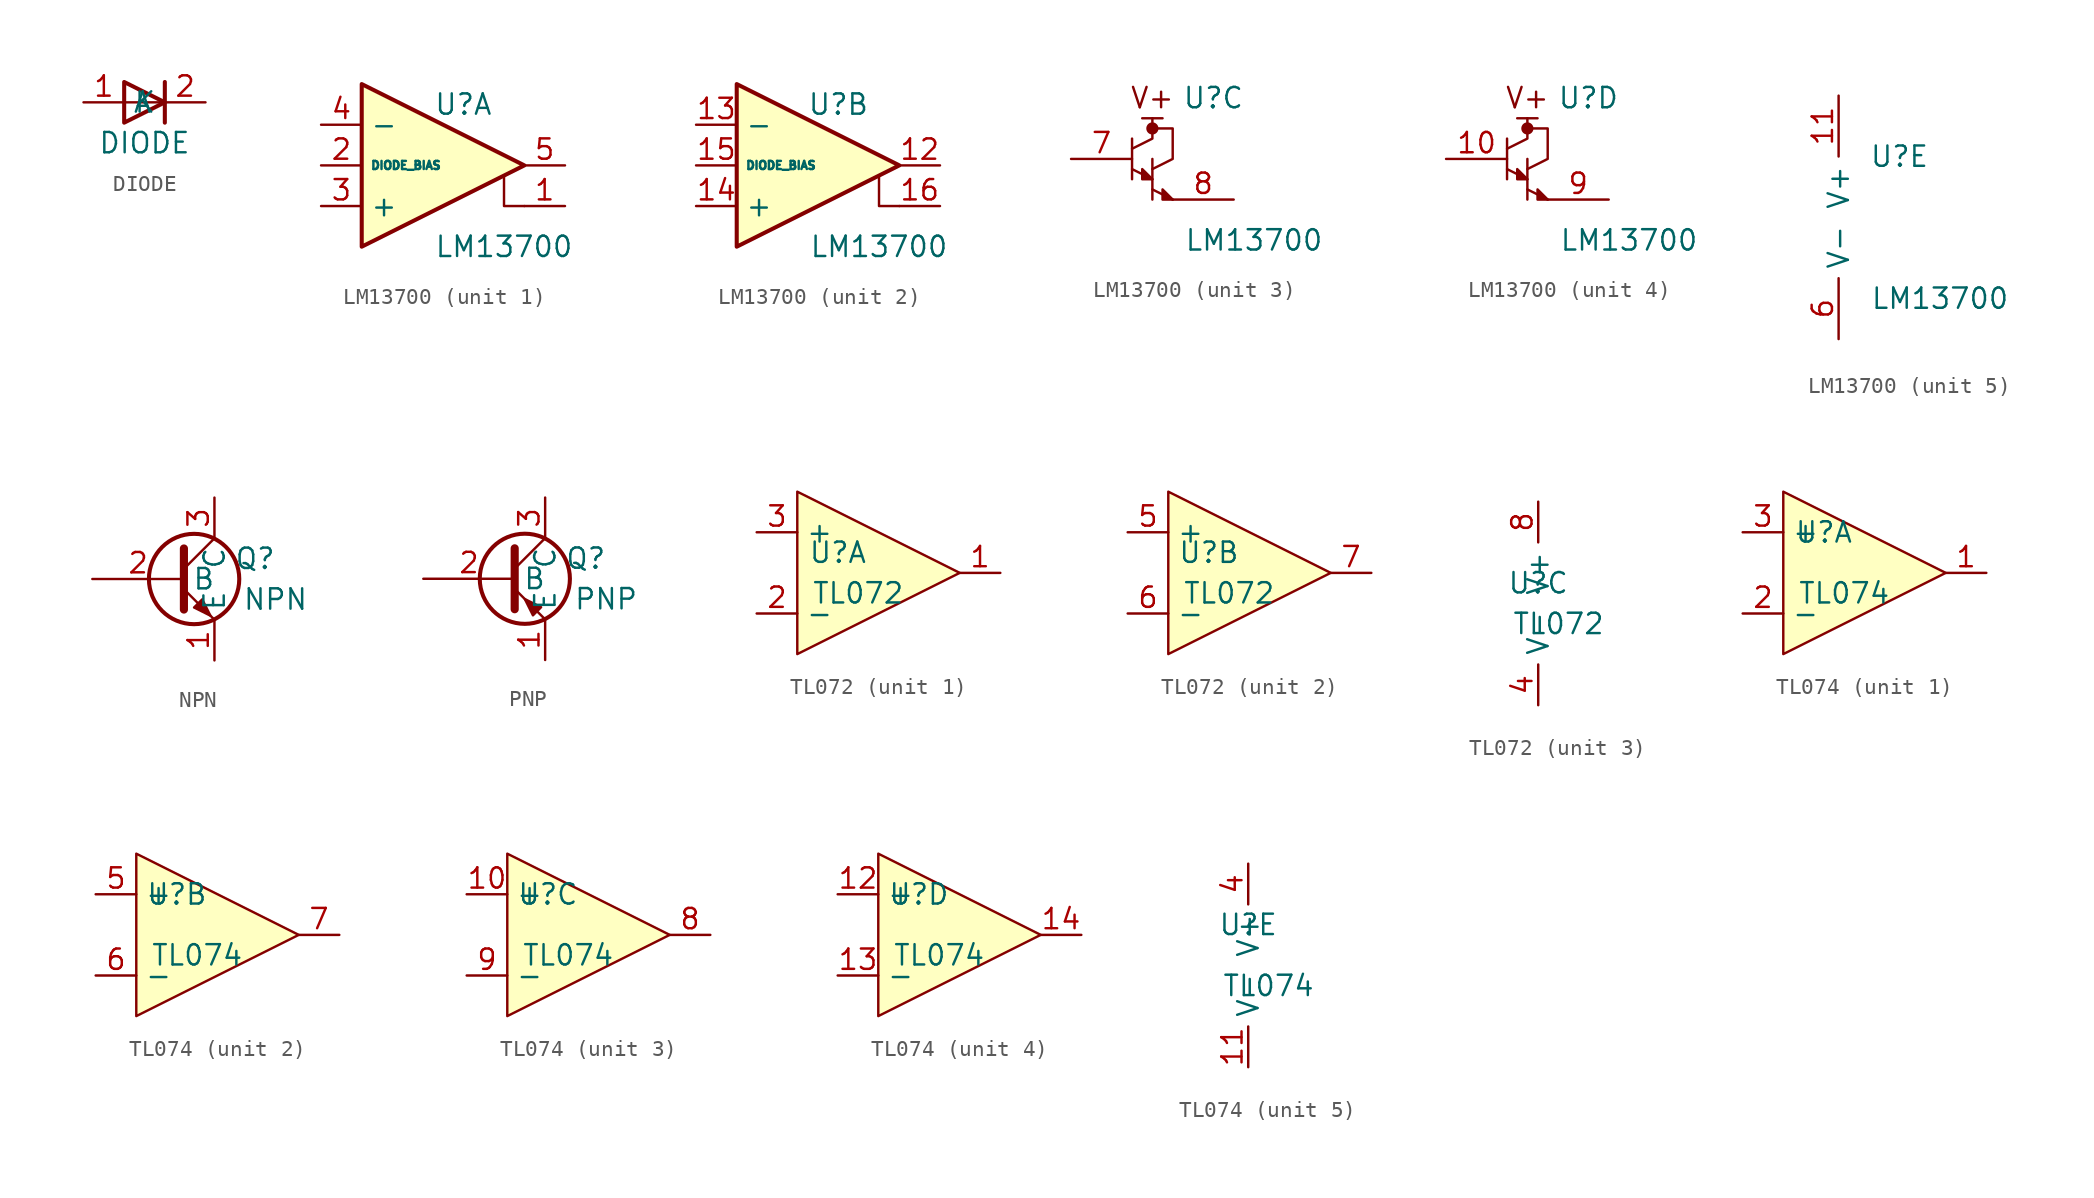
<source format=kicad_sym>
(kicad_symbol_lib
  (version 20211014)
  (generator kicad_symbol_editor)
  (symbol "DIODE"
    (property "Reference" "U"
      (at 0 2.54 0)
      (effects (font (size 1.27 1.27)) hide))
    (property "Value" "DIODE"
      (at 0 -2.54 0)
      (effects (font (size 1.27 1.27))))
    (symbol "DIODE_0_1"
      (polyline (pts (xy -1.27 0) (xy 1.27 0)) (stroke (width 0) (type default) (color 0 0 0 0)) (fill (type none)))
      (polyline (pts (xy 1.27 1.27) (xy 1.27 -1.27)) (stroke (width 0.254) (type default) (color 0 0 0 0)) (fill (type none)))
      (polyline (pts (xy -1.27 1.27) (xy -1.27 -1.27) (xy 1.27 0) (xy -1.27 1.27)) (stroke (width 0.254) (type default) (color 0 0 0 0)) (fill (type none))))
    (symbol "DIODE_1_1"
      (pin passive line (at -3.81 0 0) (length 2.54) (name "A" (effects (font (size 1.27 1.27)))) (number "1" (effects (font (size 1.27 1.27)))))
      (pin passive line (at 3.81 0 180) (length 2.54) (name "K" (effects (font (size 1.27 1.27)))) (number "2" (effects (font (size 1.27 1.27)))))))
  (symbol "LM13700"
    (property "Reference" "U"
      (at 1.27 3.81 0)
      (effects (font (size 1.27 1.27))))
    (property "Value" "LM13700"
      (at 3.81 -5.08 0)
      (effects (font (size 1.27 1.27))))
    (symbol "LM13700_1_1"
      (polyline (pts (xy 3.81 -0.635) (xy 3.81 -2.54) (xy 5.08 -2.54)) (stroke (width 0) (type default) (color 0 0 0 0)) (fill (type none)))
      (polyline (pts (xy 5.08 0) (xy -5.08 -5.08) (xy -5.08 5.08) (xy 5.08 0)) (stroke (width 0.254) (type default) (color 0 0 0 0)) (fill (type background)))
      (pin input line (at 7.62 -2.54 180) (length 2.54) (name "~" (effects (font (size 1.27 1.27)))) (number "1" (effects (font (size 1.27 1.27)))))
      (pin input line (at -7.62 0 0) (length 2.54) (name "DIODE_BIAS" (effects (font (size 0.508 0.508)))) (number "2" (effects (font (size 1.27 1.27)))))
      (pin input line (at -7.62 -2.54 0) (length 2.54) (name "+" (effects (font (size 1.27 1.27)))) (number "3" (effects (font (size 1.27 1.27)))))
      (pin input line (at -7.62 2.54 0) (length 2.54) (name "-" (effects (font (size 1.27 1.27)))) (number "4" (effects (font (size 1.27 1.27)))))
      (pin output line (at 7.62 0 180) (length 2.54) (name "~" (effects (font (size 1.27 1.27)))) (number "5" (effects (font (size 1.27 1.27))))))
    (symbol "LM13700_2_1"
      (polyline (pts (xy 3.81 -0.635) (xy 3.81 -2.54) (xy 5.08 -2.54)) (stroke (width 0) (type default) (color 0 0 0 0)) (fill (type none)))
      (polyline (pts (xy 5.08 0) (xy -5.08 -5.08) (xy -5.08 5.08) (xy 5.08 0)) (stroke (width 0.254) (type default) (color 0 0 0 0)) (fill (type background)))
      (pin output line (at 7.62 0 180) (length 2.54) (name "~" (effects (font (size 1.27 1.27)))) (number "12" (effects (font (size 1.27 1.27)))))
      (pin input line (at -7.62 2.54 0) (length 2.54) (name "-" (effects (font (size 1.27 1.27)))) (number "13" (effects (font (size 1.27 1.27)))))
      (pin input line (at -7.62 -2.54 0) (length 2.54) (name "+" (effects (font (size 1.27 1.27)))) (number "14" (effects (font (size 1.27 1.27)))))
      (pin input line (at -7.62 0 0) (length 2.54) (name "DIODE_BIAS" (effects (font (size 0.508 0.508)))) (number "15" (effects (font (size 1.27 1.27)))))
      (pin input line (at 7.62 -2.54 180) (length 2.54) (name "~" (effects (font (size 1.27 1.27)))) (number "16" (effects (font (size 1.27 1.27))))))
    (symbol "LM13700_3_0"
      (polyline (pts (xy -1.905 2.54) (xy -3.175 2.54)) (stroke (width 0) (type default) (color 0 0 0 0)) (fill (type none))))
    (symbol "LM13700_3_1"
      (circle (center -2.54 1.905) (radius 0.254) (stroke (width 0.254) (type default) (color 0 0 0 0)) (fill (type outline)))
      (polyline (pts (xy -3.81 -0.635) (xy -2.54 -1.27)) (stroke (width 0) (type default) (color 0 0 0 0)) (fill (type none)))
      (polyline (pts (xy -3.81 1.27) (xy -3.81 -1.27)) (stroke (width 0) (type default) (color 0 0 0 0)) (fill (type none)))
      (polyline (pts (xy -2.54 -1.905) (xy -1.27 -2.54)) (stroke (width 0) (type default) (color 0 0 0 0)) (fill (type none)))
      (polyline (pts (xy -2.54 0) (xy -2.54 -2.54)) (stroke (width 0) (type default) (color 0 0 0 0)) (fill (type none)))
      (polyline (pts (xy -3.81 0.635) (xy -2.54 1.27) (xy -2.54 1.905) (xy -2.54 2.54)) (stroke (width 0) (type default) (color 0 0 0 0)) (fill (type none)))
      (polyline (pts (xy -2.54 -1.27) (xy -3.175 -0.635) (xy -3.175 -1.27) (xy -2.54 -1.27)) (stroke (width 0) (type default) (color 0 0 0 0)) (fill (type outline)))
      (polyline (pts (xy -2.54 -0.635) (xy -1.27 0) (xy -1.27 1.905) (xy -2.54 1.905)) (stroke (width 0) (type default) (color 0 0 0 0)) (fill (type none)))
      (polyline (pts (xy -1.27 -2.54) (xy -1.905 -1.905) (xy -1.905 -2.54) (xy -1.27 -2.54)) (stroke (width 0) (type default) (color 0 0 0 0)) (fill (type outline)))
      (text "V+" (at -2.54 3.81 0) (effects (font (size 1.27 1.27))))
      (pin input line (at -7.62 0 0) (length 3.81) (name "~" (effects (font (size 1.27 1.27)))) (number "7" (effects (font (size 1.27 1.27)))))
      (pin output line (at 2.54 -2.54 180) (length 3.81) (name "~" (effects (font (size 1.27 1.27)))) (number "8" (effects (font (size 1.27 1.27))))))
    (symbol "LM13700_4_0"
      (polyline (pts (xy -1.905 2.54) (xy -3.175 2.54)) (stroke (width 0) (type default) (color 0 0 0 0)) (fill (type none))))
    (symbol "LM13700_4_1"
      (circle (center -2.54 1.905) (radius 0.254) (stroke (width 0.254) (type default) (color 0 0 0 0)) (fill (type outline)))
      (polyline (pts (xy -3.81 -0.635) (xy -2.54 -1.27)) (stroke (width 0) (type default) (color 0 0 0 0)) (fill (type none)))
      (polyline (pts (xy -3.81 1.27) (xy -3.81 -1.27)) (stroke (width 0) (type default) (color 0 0 0 0)) (fill (type none)))
      (polyline (pts (xy -2.54 -1.905) (xy -1.27 -2.54)) (stroke (width 0) (type default) (color 0 0 0 0)) (fill (type none)))
      (polyline (pts (xy -2.54 0) (xy -2.54 -2.54)) (stroke (width 0) (type default) (color 0 0 0 0)) (fill (type none)))
      (polyline (pts (xy -3.81 0.635) (xy -2.54 1.27) (xy -2.54 1.905) (xy -2.54 2.54)) (stroke (width 0) (type default) (color 0 0 0 0)) (fill (type none)))
      (polyline (pts (xy -2.54 -1.27) (xy -3.175 -0.635) (xy -3.175 -1.27) (xy -2.54 -1.27)) (stroke (width 0) (type default) (color 0 0 0 0)) (fill (type outline)))
      (polyline (pts (xy -2.54 -0.635) (xy -1.27 0) (xy -1.27 1.905) (xy -2.54 1.905)) (stroke (width 0) (type default) (color 0 0 0 0)) (fill (type none)))
      (polyline (pts (xy -1.27 -2.54) (xy -1.905 -1.905) (xy -1.905 -2.54) (xy -1.27 -2.54)) (stroke (width 0) (type default) (color 0 0 0 0)) (fill (type outline)))
      (text "V+" (at -2.54 3.81 0) (effects (font (size 1.27 1.27))))
      (pin input line (at -7.62 0 0) (length 3.81) (name "~" (effects (font (size 1.27 1.27)))) (number "10" (effects (font (size 1.27 1.27)))))
      (pin output line (at 2.54 -2.54 180) (length 3.81) (name "~" (effects (font (size 1.27 1.27)))) (number "9" (effects (font (size 1.27 1.27))))))
    (symbol "LM13700_5_1"
      (pin power_in line (at -2.54 7.62 270) (length 3.81) (name "V+" (effects (font (size 1.27 1.27)))) (number "11" (effects (font (size 1.27 1.27)))))
      (pin power_in line (at -2.54 -7.62 90) (length 3.81) (name "V-" (effects (font (size 1.27 1.27)))) (number "6" (effects (font (size 1.27 1.27)))))))
  (symbol "NPN"
    (property "Reference" "Q"
      (at 5.08 1.27 0)
      (effects (font (size 1.27 1.27))))
    (property "Value" "NPN"
      (at 6.35 -1.27 0)
      (effects (font (size 1.27 1.27))))
    (symbol "NPN_0_1"
      (polyline (pts (xy 0.635 0.635) (xy 2.54 2.54)) (stroke (width 0) (type default) (color 0 0 0 0)) (fill (type none)))
      (polyline (pts (xy 0.635 -0.635) (xy 2.54 -2.54) (xy 2.54 -2.54)) (stroke (width 0) (type default) (color 0 0 0 0)) (fill (type none)))
      (polyline (pts (xy 0.635 1.905) (xy 0.635 -1.905) (xy 0.635 -1.905)) (stroke (width 0.508) (type default) (color 0 0 0 0)) (fill (type none)))
      (polyline (pts (xy 1.27 -1.778) (xy 1.778 -1.27) (xy 2.286 -2.286) (xy 1.27 -1.778) (xy 1.27 -1.778)) (stroke (width 0) (type default) (color 0 0 0 0)) (fill (type outline)))
      (circle (center 1.27 0) (radius 2.819) (stroke (width 0.254) (type default) (color 0 0 0 0)) (fill (type none))))
    (symbol "NPN_1_1"
      (pin passive line (at 2.54 -5.08 90) (length 2.54) (name "E" (effects (font (size 1.27 1.27)))) (number "1" (effects (font (size 1.27 1.27)))))
      (pin input line (at -5.08 0 0) (length 5.715) (name "B" (effects (font (size 1.27 1.27)))) (number "2" (effects (font (size 1.27 1.27)))))
      (pin passive line (at 2.54 5.08 270) (length 2.54) (name "C" (effects (font (size 1.27 1.27)))) (number "3" (effects (font (size 1.27 1.27)))))))
  (symbol "PNP"
    (property "Reference" "Q"
      (at 5.08 1.27 0)
      (effects (font (size 1.27 1.27))))
    (property "Value" "PNP"
      (at 6.35 -1.27 0)
      (effects (font (size 1.27 1.27))))
    (symbol "PNP_0_1"
      (polyline (pts (xy 0.635 0.635) (xy 2.54 2.54)) (stroke (width 0) (type default) (color 0 0 0 0)) (fill (type none)))
      (polyline (pts (xy 0.635 -0.635) (xy 2.54 -2.54) (xy 2.54 -2.54)) (stroke (width 0) (type default) (color 0 0 0 0)) (fill (type none)))
      (polyline (pts (xy 0.635 1.905) (xy 0.635 -1.905) (xy 0.635 -1.905)) (stroke (width 0.508) (type default) (color 0 0 0 0)) (fill (type none)))
      (polyline (pts (xy 2.286 -1.778) (xy 1.778 -2.286) (xy 1.27 -1.27) (xy 2.286 -1.778) (xy 2.286 -1.778)) (stroke (width 0) (type default) (color 0 0 0 0)) (fill (type outline)))
      (circle (center 1.27 0) (radius 2.819) (stroke (width 0.254) (type default) (color 0 0 0 0)) (fill (type none))))
    (symbol "PNP_1_1"
      (pin passive line (at 2.54 -5.08 90) (length 2.54) (name "E" (effects (font (size 1.27 1.27)))) (number "1" (effects (font (size 1.27 1.27)))))
      (pin input line (at -5.08 0 0) (length 5.715) (name "B" (effects (font (size 1.27 1.27)))) (number "2" (effects (font (size 1.27 1.27)))))
      (pin passive line (at 2.54 5.08 270) (length 2.54) (name "C" (effects (font (size 1.27 1.27)))) (number "3" (effects (font (size 1.27 1.27)))))))
  (symbol "TL072"
    (property "Reference" "U"
      (at -2.54 1.27 0)
      (effects (font (size 1.27 1.27))))
    (property "Value" "TL072"
      (at -1.27 -1.27 0)
      (effects (font (size 1.27 1.27))))
    (symbol "TL072_1_1"
      (polyline (pts (xy -5.08 5.08) (xy -5.08 -5.08) (xy 5.08 0) (xy -5.08 5.08)) (stroke (width 0.152) (type default) (color 0 0 0 0)) (fill (type background)))
      (pin output line (at 7.62 0 180) (length 2.54) (name "" (effects (font (size 1.27 1.27)))) (number "1" (effects (font (size 1.27 1.27)))))
      (pin input line (at -7.62 -2.54 0) (length 2.54) (name "-" (effects (font (size 1.27 1.27)))) (number "2" (effects (font (size 1.27 1.27)))))
      (pin input line (at -7.62 2.54 0) (length 2.54) (name "+" (effects (font (size 1.27 1.27)))) (number "3" (effects (font (size 1.27 1.27))))))
    (symbol "TL072_2_1"
      (polyline (pts (xy -5.08 5.08) (xy -5.08 -5.08) (xy 5.08 0) (xy -5.08 5.08)) (stroke (width 0.152) (type default) (color 0 0 0 0)) (fill (type background)))
      (pin input line (at -7.62 2.54 0) (length 2.54) (name "+" (effects (font (size 1.27 1.27)))) (number "5" (effects (font (size 1.27 1.27)))))
      (pin input line (at -7.62 -2.54 0) (length 2.54) (name "-" (effects (font (size 1.27 1.27)))) (number "6" (effects (font (size 1.27 1.27)))))
      (pin output line (at 7.62 0 180) (length 2.54) (name "" (effects (font (size 1.27 1.27)))) (number "7" (effects (font (size 1.27 1.27))))))
    (symbol "TL072_3_0"
      (pin power_in line (at -2.54 -6.35 90) (length 2.54) (name "V-" (effects (font (size 1.27 1.27)))) (number "4" (effects (font (size 1.27 1.27)))))
      (pin power_in line (at -2.54 6.35 270) (length 2.54) (name "V+" (effects (font (size 1.27 1.27)))) (number "8" (effects (font (size 1.27 1.27)))))))
  (symbol "TL074"
    (property "Reference" "U"
      (at -2.54 2.54 0)
      (effects (font (size 1.27 1.27))))
    (property "Value" "TL074"
      (at -1.27 -1.27 0)
      (effects (font (size 1.27 1.27))))
    (symbol "TL074_1_1"
      (polyline (pts (xy -5.08 5.08) (xy -5.08 -5.08) (xy 5.08 0) (xy -5.08 5.08)) (stroke (width 0.152) (type default) (color 0 0 0 0)) (fill (type background)))
      (pin output line (at 7.62 0 180) (length 2.54) (name "" (effects (font (size 1.27 1.27)))) (number "1" (effects (font (size 1.27 1.27)))))
      (pin input line (at -7.62 -2.54 0) (length 2.54) (name "-" (effects (font (size 1.27 1.27)))) (number "2" (effects (font (size 1.27 1.27)))))
      (pin input line (at -7.62 2.54 0) (length 2.54) (name "+" (effects (font (size 1.27 1.27)))) (number "3" (effects (font (size 1.27 1.27))))))
    (symbol "TL074_2_1"
      (polyline (pts (xy -5.08 5.08) (xy -5.08 -5.08) (xy 5.08 0) (xy -5.08 5.08)) (stroke (width 0.152) (type default) (color 0 0 0 0)) (fill (type background)))
      (pin input line (at -7.62 2.54 0) (length 2.54) (name "+" (effects (font (size 1.27 1.27)))) (number "5" (effects (font (size 1.27 1.27)))))
      (pin input line (at -7.62 -2.54 0) (length 2.54) (name "-" (effects (font (size 1.27 1.27)))) (number "6" (effects (font (size 1.27 1.27)))))
      (pin output line (at 7.62 0 180) (length 2.54) (name "" (effects (font (size 1.27 1.27)))) (number "7" (effects (font (size 1.27 1.27))))))
    (symbol "TL074_3_1"
      (polyline (pts (xy -5.08 5.08) (xy -5.08 -5.08) (xy 5.08 0) (xy -5.08 5.08)) (stroke (width 0.152) (type default) (color 0 0 0 0)) (fill (type background)))
      (pin input line (at -7.62 2.54 0) (length 2.54) (name "+" (effects (font (size 1.27 1.27)))) (number "10" (effects (font (size 1.27 1.27)))))
      (pin output line (at 7.62 0 180) (length 2.54) (name "" (effects (font (size 1.27 1.27)))) (number "8" (effects (font (size 1.27 1.27)))))
      (pin input line (at -7.62 -2.54 0) (length 2.54) (name "-" (effects (font (size 1.27 1.27)))) (number "9" (effects (font (size 1.27 1.27))))))
    (symbol "TL074_4_1"
      (polyline (pts (xy -5.08 5.08) (xy -5.08 -5.08) (xy 5.08 0) (xy -5.08 5.08)) (stroke (width 0.152) (type default) (color 0 0 0 0)) (fill (type background)))
      (pin input line (at -7.62 2.54 0) (length 2.54) (name "+" (effects (font (size 1.27 1.27)))) (number "12" (effects (font (size 1.27 1.27)))))
      (pin input line (at -7.62 -2.54 0) (length 2.54) (name "-" (effects (font (size 1.27 1.27)))) (number "13" (effects (font (size 1.27 1.27)))))
      (pin output line (at 7.62 0 180) (length 2.54) (name "" (effects (font (size 1.27 1.27)))) (number "14" (effects (font (size 1.27 1.27))))))
    (symbol "TL074_5_0"
      (pin power_in line (at -2.54 -6.35 90) (length 2.54) (name "V-" (effects (font (size 1.27 1.27)))) (number "11" (effects (font (size 1.27 1.27)))))
      (pin power_in line (at -2.54 6.35 270) (length 2.54) (name "V+" (effects (font (size 1.27 1.27)))) (number "4" (effects (font (size 1.27 1.27))))))))
</source>
